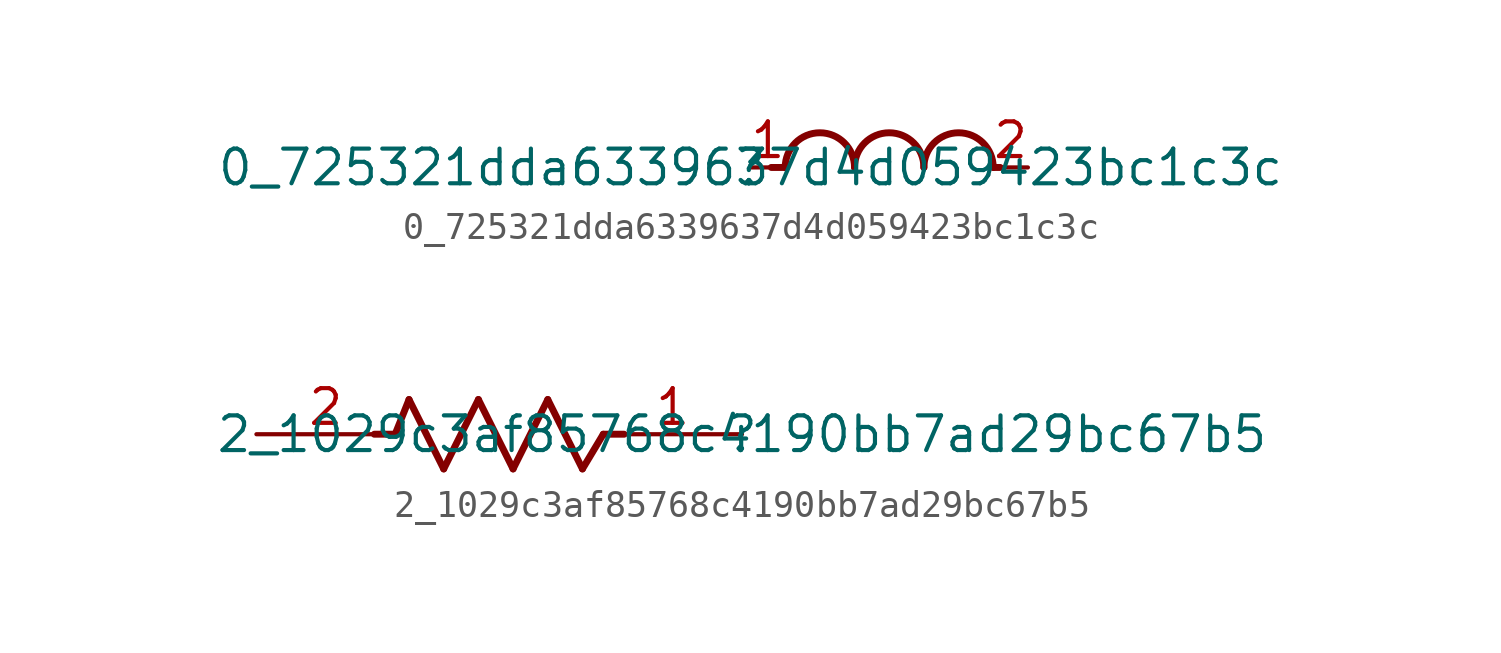
<source format=kicad_sym>
(kicad_symbol_lib
  (version 20211014)
  (generator kicad_symbol_editor)
  (symbol "0_725321dda6339637d4d059423bc1c3c"
    (property "Reference" ""
      (at 0 0 0)
      (effects (font (size 1.27 1.27))))
    (property "Value" "0_725321dda6339637d4d059423bc1c3c"
      (at 0 0 0)
      (effects (font (size 1.27 1.27))))
    (symbol "0_725321dda6339637d4d059423bc1c3c_1_0"
      (polyline (pts (xy 1.27 0) (xy 0.762 0)) (stroke (width 0.254) (type default) (color 0 0 0 0)) (fill (type none)))
      (polyline (pts (xy 8.89 0) (xy 9.144 0)) (stroke (width 0.254) (type default) (color 0 0 0 0)) (fill (type none)))
      (arc (start 3.81 0) (mid 2.54 1.27) (end 1.27 0) (stroke (width 0.254) (type default) (color 0 0 0 0)) (fill (type none)))
      (arc (start 6.35 0) (mid 5.08 1.27) (end 3.81 0) (stroke (width 0.254) (type default) (color 0 0 0 0)) (fill (type none)))
      (arc (start 8.89 0) (mid 7.62 1.27) (end 6.35 0) (stroke (width 0.254) (type default) (color 0 0 0 0)) (fill (type none)))
      (pin passive line (at 0 0 0) (length 1.27) (name "1" (effects (font (size 0 0)))) (number "1" (effects (font (size 1.27 1.27)))))
      (pin passive line (at 10.16 0 180) (length 1.27) (name "2" (effects (font (size 0 0)))) (number "2" (effects (font (size 1.27 1.27)))))))
  (symbol "2_1029c3af85768c4190bb7ad29bc67b5"
    (property "Reference" ""
      (at 0 0 0)
      (effects (font (size 1.27 1.27))))
    (property "Value" "2_1029c3af85768c4190bb7ad29bc67b5"
      (at 0 0 0)
      (effects (font (size 1.27 1.27))))
    (symbol "2_1029c3af85768c4190bb7ad29bc67b5_1_0"
      (polyline (pts (xy -12.7 0) (xy -13.462 0)) (stroke (width 0.254) (type default) (color 0 0 0 0)) (fill (type none)))
      (polyline (pts (xy -12.192 1.27) (xy -12.7 0)) (stroke (width 0.254) (type default) (color 0 0 0 0)) (fill (type none)))
      (polyline (pts (xy -10.922 -1.27) (xy -12.192 1.27)) (stroke (width 0.254) (type default) (color 0 0 0 0)) (fill (type none)))
      (polyline (pts (xy -9.652 1.27) (xy -10.922 -1.27)) (stroke (width 0.254) (type default) (color 0 0 0 0)) (fill (type none)))
      (polyline (pts (xy -8.382 -1.27) (xy -9.652 1.27)) (stroke (width 0.254) (type default) (color 0 0 0 0)) (fill (type none)))
      (polyline (pts (xy -7.112 1.27) (xy -8.382 -1.27)) (stroke (width 0.254) (type default) (color 0 0 0 0)) (fill (type none)))
      (polyline (pts (xy -5.842 -1.27) (xy -7.112 1.27)) (stroke (width 0.254) (type default) (color 0 0 0 0)) (fill (type none)))
      (polyline (pts (xy -5.08 0) (xy -5.842 -1.27)) (stroke (width 0.254) (type default) (color 0 0 0 0)) (fill (type none)))
      (polyline (pts (xy -5.08 0) (xy -4.318 0)) (stroke (width 0.254) (type default) (color 0 0 0 0)) (fill (type none)))
      (pin passive line (at 0 0 180) (length 5.08) (name "1" (effects (font (size 0 0)))) (number "1" (effects (font (size 1.27 1.27)))))
      (pin passive line (at -17.78 0 0) (length 5.08) (name "2" (effects (font (size 0 0)))) (number "2" (effects (font (size 1.27 1.27))))))))
</source>
